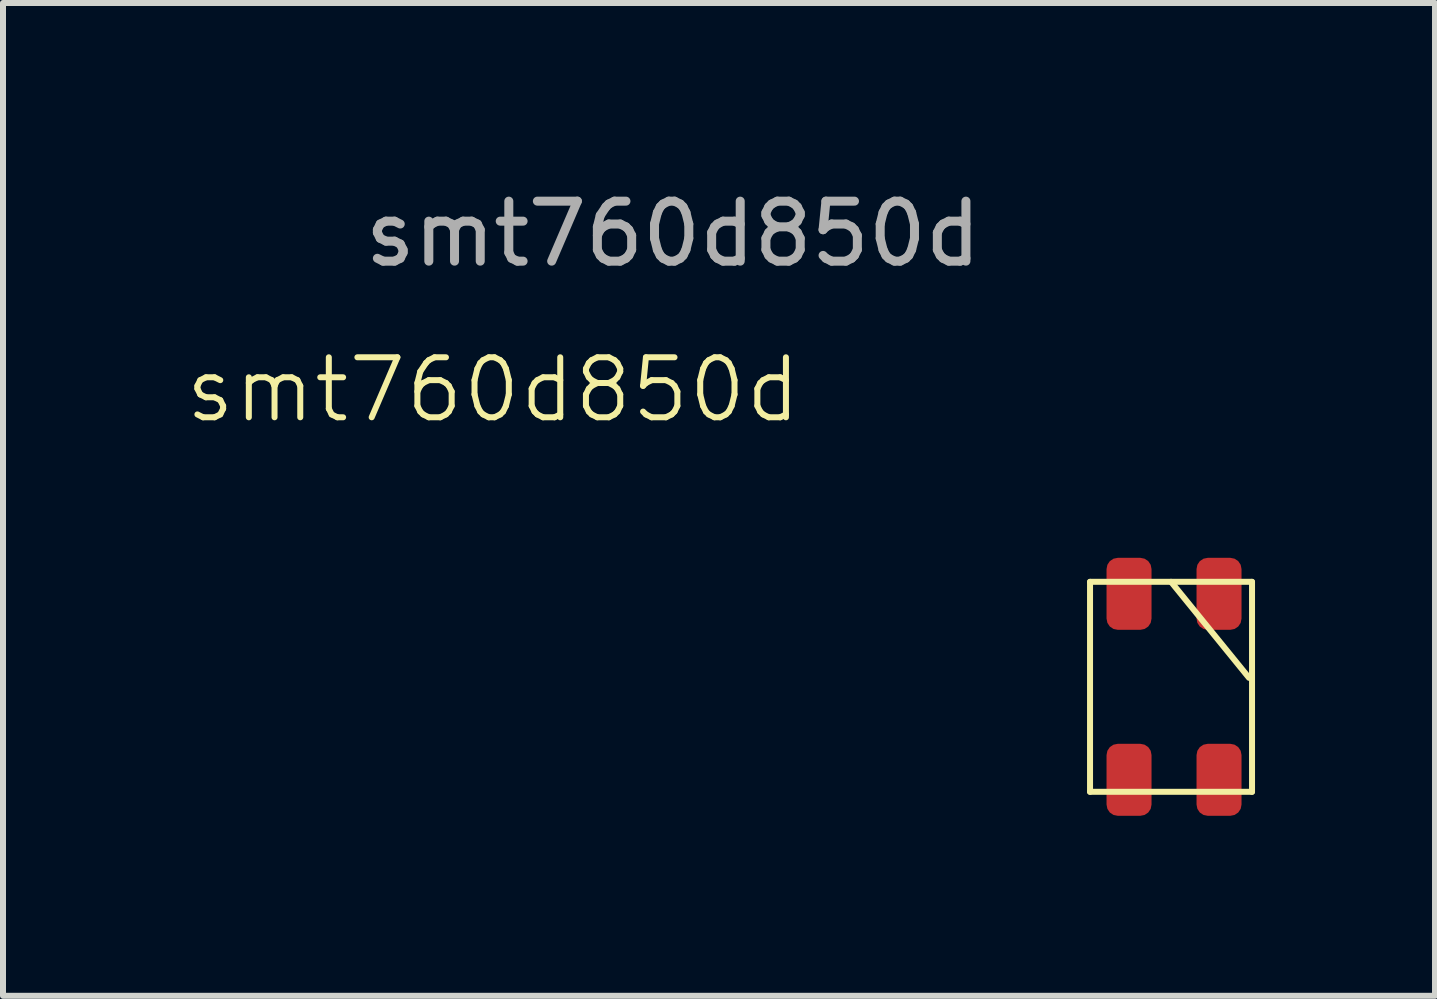
<source format=kicad_pcb>
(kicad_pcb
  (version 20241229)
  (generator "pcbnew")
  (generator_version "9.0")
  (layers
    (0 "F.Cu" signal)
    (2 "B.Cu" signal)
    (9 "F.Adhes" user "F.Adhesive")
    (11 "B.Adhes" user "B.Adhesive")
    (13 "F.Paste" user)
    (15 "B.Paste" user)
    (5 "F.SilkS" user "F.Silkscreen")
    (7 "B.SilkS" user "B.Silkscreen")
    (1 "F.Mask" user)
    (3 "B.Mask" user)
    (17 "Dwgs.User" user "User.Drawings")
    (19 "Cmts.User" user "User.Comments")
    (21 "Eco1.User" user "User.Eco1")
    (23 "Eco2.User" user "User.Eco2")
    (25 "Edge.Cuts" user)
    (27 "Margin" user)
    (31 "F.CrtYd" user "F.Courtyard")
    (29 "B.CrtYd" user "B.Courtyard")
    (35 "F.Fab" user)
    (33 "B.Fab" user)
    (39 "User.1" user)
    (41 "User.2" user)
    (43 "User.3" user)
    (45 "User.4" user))
  (footprint "smt760d850d"
    (layer "F.Cu")
    (at 15.769 6.848)
    (property "Reference" "smt760d850d" (at -10.6 -3.4 0) (unlocked yes) (layer "F.SilkS") (effects (font (size 1 1) (thickness 0.1))))
    (attr smd)
    (fp_line (start -0.65 -0.2) (end 2.05 -0.2) (stroke (width 0.1) (type default)) (layer "F.SilkS"))
    (fp_line (start -0.65 3.3) (end -0.65 -0.2) (stroke (width 0.1) (type default)) (layer "F.SilkS"))
    (fp_line (start 0.7 -0.2) (end 2 1.4) (stroke (width 0.1) (type default)) (layer "F.SilkS"))
    (fp_line (start 2.05 -0.2) (end 2.05 3.3) (stroke (width 0.1) (type default)) (layer "F.SilkS"))
    (fp_line (start 2.05 3.3) (end -0.65 3.3) (stroke (width 0.1) (type default)) (layer "F.SilkS"))
    (fp_text user "${REFERENCE}" (at -7.6 -6 0) (unlocked yes) (layer "F.Fab") (effects (font (size 1 1) (thickness 0.15))))
    (pad "1" smd roundrect (at 0 3.1) (size 0.75 1.2) (layers "F.Cu" "F.Mask" "F.Paste") (roundrect_rratio 0.25))
    (pad "2" smd roundrect (at 1.5 3.1) (size 0.75 1.2) (layers "F.Cu" "F.Mask" "F.Paste") (roundrect_rratio 0.25))
    (pad "3" smd roundrect (at 1.5 0) (size 0.75 1.2) (layers "F.Cu" "F.Mask" "F.Paste") (roundrect_rratio 0.25))
    (pad "4" smd roundrect (at 0 0) (size 0.75 1.2) (layers "F.Cu" "F.Mask" "F.Paste") (roundrect_rratio 0.25)))
  (gr_rect
    (start -3 -3)
    (end 20.869 13.548)
    (stroke (width 0.1) (type default))
    (fill no)
    (layer "Edge.Cuts")))
</source>
